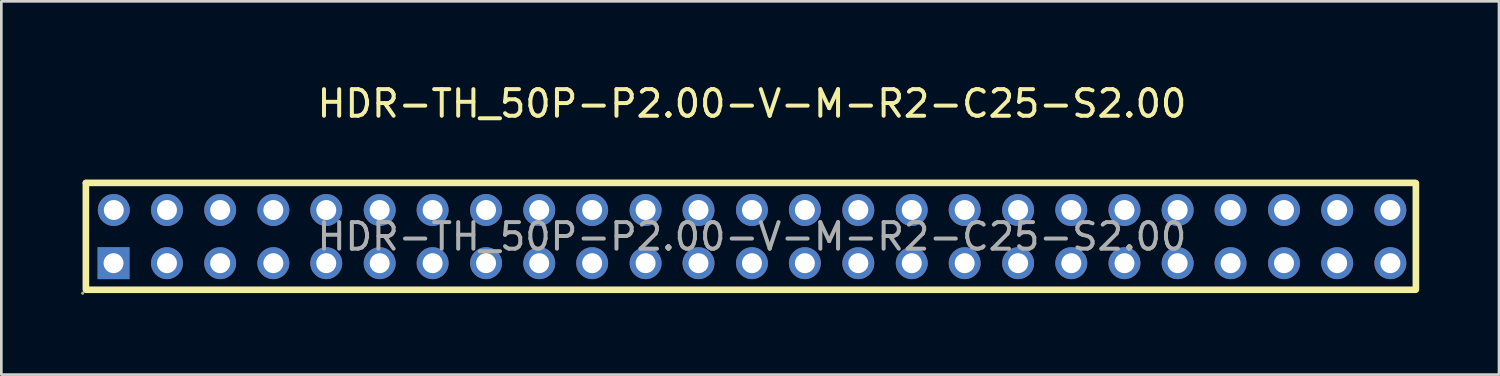
<source format=kicad_pcb>
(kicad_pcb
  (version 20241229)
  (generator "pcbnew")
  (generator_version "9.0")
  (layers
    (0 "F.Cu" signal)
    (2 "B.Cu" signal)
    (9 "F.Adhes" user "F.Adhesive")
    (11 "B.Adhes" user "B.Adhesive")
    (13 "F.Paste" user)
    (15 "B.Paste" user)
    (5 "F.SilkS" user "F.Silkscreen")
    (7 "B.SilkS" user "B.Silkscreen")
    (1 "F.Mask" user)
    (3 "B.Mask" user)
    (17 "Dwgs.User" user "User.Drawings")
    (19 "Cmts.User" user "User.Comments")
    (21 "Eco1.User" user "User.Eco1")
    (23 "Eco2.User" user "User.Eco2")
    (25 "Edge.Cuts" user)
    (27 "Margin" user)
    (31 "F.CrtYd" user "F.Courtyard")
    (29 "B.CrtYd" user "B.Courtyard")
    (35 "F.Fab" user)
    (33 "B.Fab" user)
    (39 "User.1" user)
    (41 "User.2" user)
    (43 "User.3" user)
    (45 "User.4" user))
  (footprint "HDR-TH_50P-P2.00-V-M-R2-C25-S2.00"
    (layer "F.Cu")
    (at 25.23 5.848)
    (property "Reference" "HDR-TH_50P-P2.00-V-M-R2-C25-S2.00" (at 0 -5 0) (layer "F.SilkS") (effects (font (size 1 1) (thickness 0.15))))
    (attr through_hole)
    (fp_line (start -25.05 -2.02) (end 24.94 -2.02) (stroke (width 0.25) (type solid)) (layer "F.SilkS"))
    (fp_line (start -25.05 -2.01) (end -25.05 1.99) (stroke (width 0.25) (type solid)) (layer "F.SilkS"))
    (fp_line (start 24.94 2) (end -25.03 2) (stroke (width 0.25) (type solid)) (layer "F.SilkS"))
    (fp_line (start 24.97 1.99) (end 24.97 -2.01) (stroke (width 0.25) (type solid)) (layer "F.SilkS"))
    (fp_circle (center -25.17 2.13) (end -25.14 2.13) (stroke (width 0.06) (type solid)) (fill no) (layer "F.Fab"))
    (fp_circle (center -24.01 1) (end -23.87 1) (stroke (width 0.28) (type solid)) (fill no) (layer "F.Fab"))
    (fp_circle (center -24 -1) (end -23.86 -1) (stroke (width 0.28) (type solid)) (fill no) (layer "F.Fab"))
    (fp_circle (center -22 -1) (end -21.86 -1) (stroke (width 0.28) (type solid)) (fill no) (layer "F.Fab"))
    (fp_circle (center -22 1) (end -21.86 1) (stroke (width 0.28) (type solid)) (fill no) (layer "F.Fab"))
    (fp_circle (center -20 -1) (end -19.86 -1) (stroke (width 0.28) (type solid)) (fill no) (layer "F.Fab"))
    (fp_circle (center -20 1) (end -19.86 1) (stroke (width 0.28) (type solid)) (fill no) (layer "F.Fab"))
    (fp_circle (center -18 -1) (end -17.86 -1) (stroke (width 0.28) (type solid)) (fill no) (layer "F.Fab"))
    (fp_circle (center -18 1) (end -17.86 1) (stroke (width 0.28) (type solid)) (fill no) (layer "F.Fab"))
    (fp_circle (center -16.01 -1) (end -15.87 -1) (stroke (width 0.28) (type solid)) (fill no) (layer "F.Fab"))
    (fp_circle (center -16.01 1) (end -15.87 1) (stroke (width 0.28) (type solid)) (fill no) (layer "F.Fab"))
    (fp_circle (center -14 -1) (end -13.86 -1) (stroke (width 0.28) (type solid)) (fill no) (layer "F.Fab"))
    (fp_circle (center -14 1) (end -13.86 1) (stroke (width 0.28) (type solid)) (fill no) (layer "F.Fab"))
    (fp_circle (center -12.01 -1) (end -11.87 -1) (stroke (width 0.28) (type solid)) (fill no) (layer "F.Fab"))
    (fp_circle (center -12.01 1) (end -11.87 1) (stroke (width 0.28) (type solid)) (fill no) (layer "F.Fab"))
    (fp_circle (center -10 -1) (end -9.86 -1) (stroke (width 0.28) (type solid)) (fill no) (layer "F.Fab"))
    (fp_circle (center -10 1) (end -9.86 1) (stroke (width 0.28) (type solid)) (fill no) (layer "F.Fab"))
    (fp_circle (center -8 -1) (end -7.86 -1) (stroke (width 0.28) (type solid)) (fill no) (layer "F.Fab"))
    (fp_circle (center -8 1) (end -7.86 1) (stroke (width 0.28) (type solid)) (fill no) (layer "F.Fab"))
    (fp_circle (center -6.01 -1) (end -5.87 -1) (stroke (width 0.28) (type solid)) (fill no) (layer "F.Fab"))
    (fp_circle (center -6.01 1) (end -5.87 1) (stroke (width 0.28) (type solid)) (fill no) (layer "F.Fab"))
    (fp_circle (center -4 -1) (end -3.86 -1) (stroke (width 0.28) (type solid)) (fill no) (layer "F.Fab"))
    (fp_circle (center -4 1) (end -3.86 1) (stroke (width 0.28) (type solid)) (fill no) (layer "F.Fab"))
    (fp_circle (center -2.01 -1) (end -1.87 -1) (stroke (width 0.28) (type solid)) (fill no) (layer "F.Fab"))
    (fp_circle (center -2.01 1) (end -1.87 1) (stroke (width 0.28) (type solid)) (fill no) (layer "F.Fab"))
    (fp_circle (center 0 -1) (end 0.14 -1) (stroke (width 0.28) (type solid)) (fill no) (layer "F.Fab"))
    (fp_circle (center 0 1) (end 0.14 1) (stroke (width 0.28) (type solid)) (fill no) (layer "F.Fab"))
    (fp_circle (center 1.99 -1) (end 2.13 -1) (stroke (width 0.28) (type solid)) (fill no) (layer "F.Fab"))
    (fp_circle (center 1.99 1) (end 2.13 1) (stroke (width 0.28) (type solid)) (fill no) (layer "F.Fab"))
    (fp_circle (center 4 -1) (end 4.14 -1) (stroke (width 0.28) (type solid)) (fill no) (layer "F.Fab"))
    (fp_circle (center 4 1) (end 4.14 1) (stroke (width 0.28) (type solid)) (fill no) (layer "F.Fab"))
    (fp_circle (center 6.01 -1) (end 6.15 -1) (stroke (width 0.28) (type solid)) (fill no) (layer "F.Fab"))
    (fp_circle (center 6.01 1) (end 6.15 1) (stroke (width 0.28) (type solid)) (fill no) (layer "F.Fab"))
    (fp_circle (center 8 -1) (end 8.14 -1) (stroke (width 0.28) (type solid)) (fill no) (layer "F.Fab"))
    (fp_circle (center 8 1) (end 8.14 1) (stroke (width 0.28) (type solid)) (fill no) (layer "F.Fab"))
    (fp_circle (center 10.01 -1) (end 10.15 -1) (stroke (width 0.28) (type solid)) (fill no) (layer "F.Fab"))
    (fp_circle (center 10.01 1) (end 10.15 1) (stroke (width 0.28) (type solid)) (fill no) (layer "F.Fab"))
    (fp_circle (center 12.01 -1) (end 12.15 -1) (stroke (width 0.28) (type solid)) (fill no) (layer "F.Fab"))
    (fp_circle (center 12.01 1) (end 12.15 1) (stroke (width 0.28) (type solid)) (fill no) (layer "F.Fab"))
    (fp_circle (center 14.01 -1) (end 14.15 -1) (stroke (width 0.28) (type solid)) (fill no) (layer "F.Fab"))
    (fp_circle (center 14.01 1) (end 14.15 1) (stroke (width 0.28) (type solid)) (fill no) (layer "F.Fab"))
    (fp_circle (center 16.01 -1) (end 16.15 -1) (stroke (width 0.28) (type solid)) (fill no) (layer "F.Fab"))
    (fp_circle (center 16.01 1) (end 16.15 1) (stroke (width 0.28) (type solid)) (fill no) (layer "F.Fab"))
    (fp_circle (center 18 -1) (end 18.14 -1) (stroke (width 0.28) (type solid)) (fill no) (layer "F.Fab"))
    (fp_circle (center 18 1) (end 18.14 1) (stroke (width 0.28) (type solid)) (fill no) (layer "F.Fab"))
    (fp_circle (center 20.01 -1) (end 20.15 -1) (stroke (width 0.28) (type solid)) (fill no) (layer "F.Fab"))
    (fp_circle (center 20.01 1) (end 20.15 1) (stroke (width 0.28) (type solid)) (fill no) (layer "F.Fab"))
    (fp_circle (center 22.01 -1) (end 22.15 -1) (stroke (width 0.28) (type solid)) (fill no) (layer "F.Fab"))
    (fp_circle (center 22.01 1) (end 22.15 1) (stroke (width 0.28) (type solid)) (fill no) (layer "F.Fab"))
    (fp_circle (center 24.01 -1) (end 24.15 -1) (stroke (width 0.28) (type solid)) (fill no) (layer "F.Fab"))
    (fp_circle (center 24.01 1) (end 24.15 1) (stroke (width 0.28) (type solid)) (fill no) (layer "F.Fab"))
    (fp_text user "${REFERENCE}" (at 0 0 0) (layer "F.Fab") (effects (font (size 1 1) (thickness 0.15))))
    (pad "1" thru_hole rect (at -24.01 1) (size 1.2 1.2) (drill 0.75) (layers "*.Cu" "*.Paste" "*.Mask"))
    (pad "2" thru_hole circle (at -24 -1) (size 1.2 1.2) (drill 0.75) (layers "*.Cu" "*.Paste" "*.Mask"))
    (pad "3" thru_hole circle (at -22 1) (size 1.2 1.2) (drill 0.75) (layers "*.Cu" "*.Paste" "*.Mask"))
    (pad "4" thru_hole circle (at -22 -1) (size 1.2 1.2) (drill 0.75) (layers "*.Cu" "*.Paste" "*.Mask"))
    (pad "5" thru_hole circle (at -20 1) (size 1.2 1.2) (drill 0.75) (layers "*.Cu" "*.Paste" "*.Mask"))
    (pad "6" thru_hole circle (at -20 -1) (size 1.2 1.2) (drill 0.75) (layers "*.Cu" "*.Paste" "*.Mask"))
    (pad "7" thru_hole circle (at -18 1) (size 1.2 1.2) (drill 0.75) (layers "*.Cu" "*.Paste" "*.Mask"))
    (pad "8" thru_hole circle (at -18 -1) (size 1.2 1.2) (drill 0.75) (layers "*.Cu" "*.Paste" "*.Mask"))
    (pad "9" thru_hole circle (at -16.01 1) (size 1.2 1.2) (drill 0.75) (layers "*.Cu" "*.Paste" "*.Mask"))
    (pad "10" thru_hole circle (at -16.01 -1) (size 1.2 1.2) (drill 0.75) (layers "*.Cu" "*.Paste" "*.Mask"))
    (pad "11" thru_hole circle (at -14 1) (size 1.2 1.2) (drill 0.75) (layers "*.Cu" "*.Paste" "*.Mask"))
    (pad "12" thru_hole circle (at -14 -1) (size 1.2 1.2) (drill 0.75) (layers "*.Cu" "*.Paste" "*.Mask"))
    (pad "13" thru_hole circle (at -12.01 1) (size 1.2 1.2) (drill 0.75) (layers "*.Cu" "*.Paste" "*.Mask"))
    (pad "14" thru_hole circle (at -12.01 -1) (size 1.2 1.2) (drill 0.75) (layers "*.Cu" "*.Paste" "*.Mask"))
    (pad "15" thru_hole circle (at -10 1) (size 1.2 1.2) (drill 0.75) (layers "*.Cu" "*.Paste" "*.Mask"))
    (pad "16" thru_hole circle (at -10 -1) (size 1.2 1.2) (drill 0.75) (layers "*.Cu" "*.Paste" "*.Mask"))
    (pad "17" thru_hole circle (at -8 1) (size 1.2 1.2) (drill 0.75) (layers "*.Cu" "*.Paste" "*.Mask"))
    (pad "18" thru_hole circle (at -8 -1) (size 1.2 1.2) (drill 0.75) (layers "*.Cu" "*.Paste" "*.Mask"))
    (pad "19" thru_hole circle (at -6.01 1) (size 1.2 1.2) (drill 0.75) (layers "*.Cu" "*.Paste" "*.Mask"))
    (pad "20" thru_hole circle (at -6.01 -1) (size 1.2 1.2) (drill 0.75) (layers "*.Cu" "*.Paste" "*.Mask"))
    (pad "21" thru_hole circle (at -4 1) (size 1.2 1.2) (drill 0.75) (layers "*.Cu" "*.Paste" "*.Mask"))
    (pad "22" thru_hole circle (at -4 -1) (size 1.2 1.2) (drill 0.75) (layers "*.Cu" "*.Paste" "*.Mask"))
    (pad "23" thru_hole circle (at -2.01 1) (size 1.2 1.2) (drill 0.75) (layers "*.Cu" "*.Paste" "*.Mask"))
    (pad "24" thru_hole circle (at -2.01 -1) (size 1.2 1.2) (drill 0.75) (layers "*.Cu" "*.Paste" "*.Mask"))
    (pad "25" thru_hole circle (at 0 1) (size 1.2 1.2) (drill 0.75) (layers "*.Cu" "*.Paste" "*.Mask"))
    (pad "26" thru_hole circle (at 0 -1) (size 1.2 1.2) (drill 0.75) (layers "*.Cu" "*.Paste" "*.Mask"))
    (pad "27" thru_hole circle (at 1.99 1) (size 1.2 1.2) (drill 0.75) (layers "*.Cu" "*.Paste" "*.Mask"))
    (pad "28" thru_hole circle (at 1.99 -1) (size 1.2 1.2) (drill 0.75) (layers "*.Cu" "*.Paste" "*.Mask"))
    (pad "29" thru_hole circle (at 4 1) (size 1.2 1.2) (drill 0.75) (layers "*.Cu" "*.Paste" "*.Mask"))
    (pad "30" thru_hole circle (at 4 -1) (size 1.2 1.2) (drill 0.75) (layers "*.Cu" "*.Paste" "*.Mask"))
    (pad "31" thru_hole circle (at 6.01 1) (size 1.2 1.2) (drill 0.75) (layers "*.Cu" "*.Paste" "*.Mask"))
    (pad "32" thru_hole circle (at 6.01 -1) (size 1.2 1.2) (drill 0.75) (layers "*.Cu" "*.Paste" "*.Mask"))
    (pad "33" thru_hole circle (at 8 1) (size 1.2 1.2) (drill 0.75) (layers "*.Cu" "*.Paste" "*.Mask"))
    (pad "34" thru_hole circle (at 8 -1) (size 1.2 1.2) (drill 0.75) (layers "*.Cu" "*.Paste" "*.Mask"))
    (pad "35" thru_hole circle (at 10.01 1) (size 1.2 1.2) (drill 0.75) (layers "*.Cu" "*.Paste" "*.Mask"))
    (pad "36" thru_hole circle (at 10.01 -1) (size 1.2 1.2) (drill 0.75) (layers "*.Cu" "*.Paste" "*.Mask"))
    (pad "37" thru_hole circle (at 12.01 1) (size 1.2 1.2) (drill 0.75) (layers "*.Cu" "*.Paste" "*.Mask"))
    (pad "38" thru_hole circle (at 12.01 -1) (size 1.2 1.2) (drill 0.75) (layers "*.Cu" "*.Paste" "*.Mask"))
    (pad "39" thru_hole circle (at 14.01 1) (size 1.2 1.2) (drill 0.75) (layers "*.Cu" "*.Paste" "*.Mask"))
    (pad "40" thru_hole circle (at 14.01 -1) (size 1.2 1.2) (drill 0.75) (layers "*.Cu" "*.Paste" "*.Mask"))
    (pad "41" thru_hole circle (at 16.01 1) (size 1.2 1.2) (drill 0.75) (layers "*.Cu" "*.Paste" "*.Mask"))
    (pad "42" thru_hole circle (at 16.01 -1) (size 1.2 1.2) (drill 0.75) (layers "*.Cu" "*.Paste" "*.Mask"))
    (pad "43" thru_hole circle (at 18 1) (size 1.2 1.2) (drill 0.75) (layers "*.Cu" "*.Paste" "*.Mask"))
    (pad "44" thru_hole circle (at 18 -1) (size 1.2 1.2) (drill 0.75) (layers "*.Cu" "*.Paste" "*.Mask"))
    (pad "45" thru_hole circle (at 20.01 1) (size 1.2 1.2) (drill 0.75) (layers "*.Cu" "*.Paste" "*.Mask"))
    (pad "46" thru_hole circle (at 20.01 -1) (size 1.2 1.2) (drill 0.75) (layers "*.Cu" "*.Paste" "*.Mask"))
    (pad "47" thru_hole circle (at 22.01 1) (size 1.2 1.2) (drill 0.75) (layers "*.Cu" "*.Paste" "*.Mask"))
    (pad "48" thru_hole circle (at 22.01 -1) (size 1.2 1.2) (drill 0.75) (layers "*.Cu" "*.Paste" "*.Mask"))
    (pad "49" thru_hole circle (at 24.01 1) (size 1.2 1.2) (drill 0.75) (layers "*.Cu" "*.Paste" "*.Mask"))
    (pad "50" thru_hole circle (at 24.01 -1) (size 1.2 1.2) (drill 0.75) (layers "*.Cu" "*.Paste" "*.Mask")))
  (gr_rect
    (start -3 -3)
    (end 53.325 11.038)
    (stroke (width 0.1) (type default))
    (fill no)
    (layer "Edge.Cuts")))
</source>
